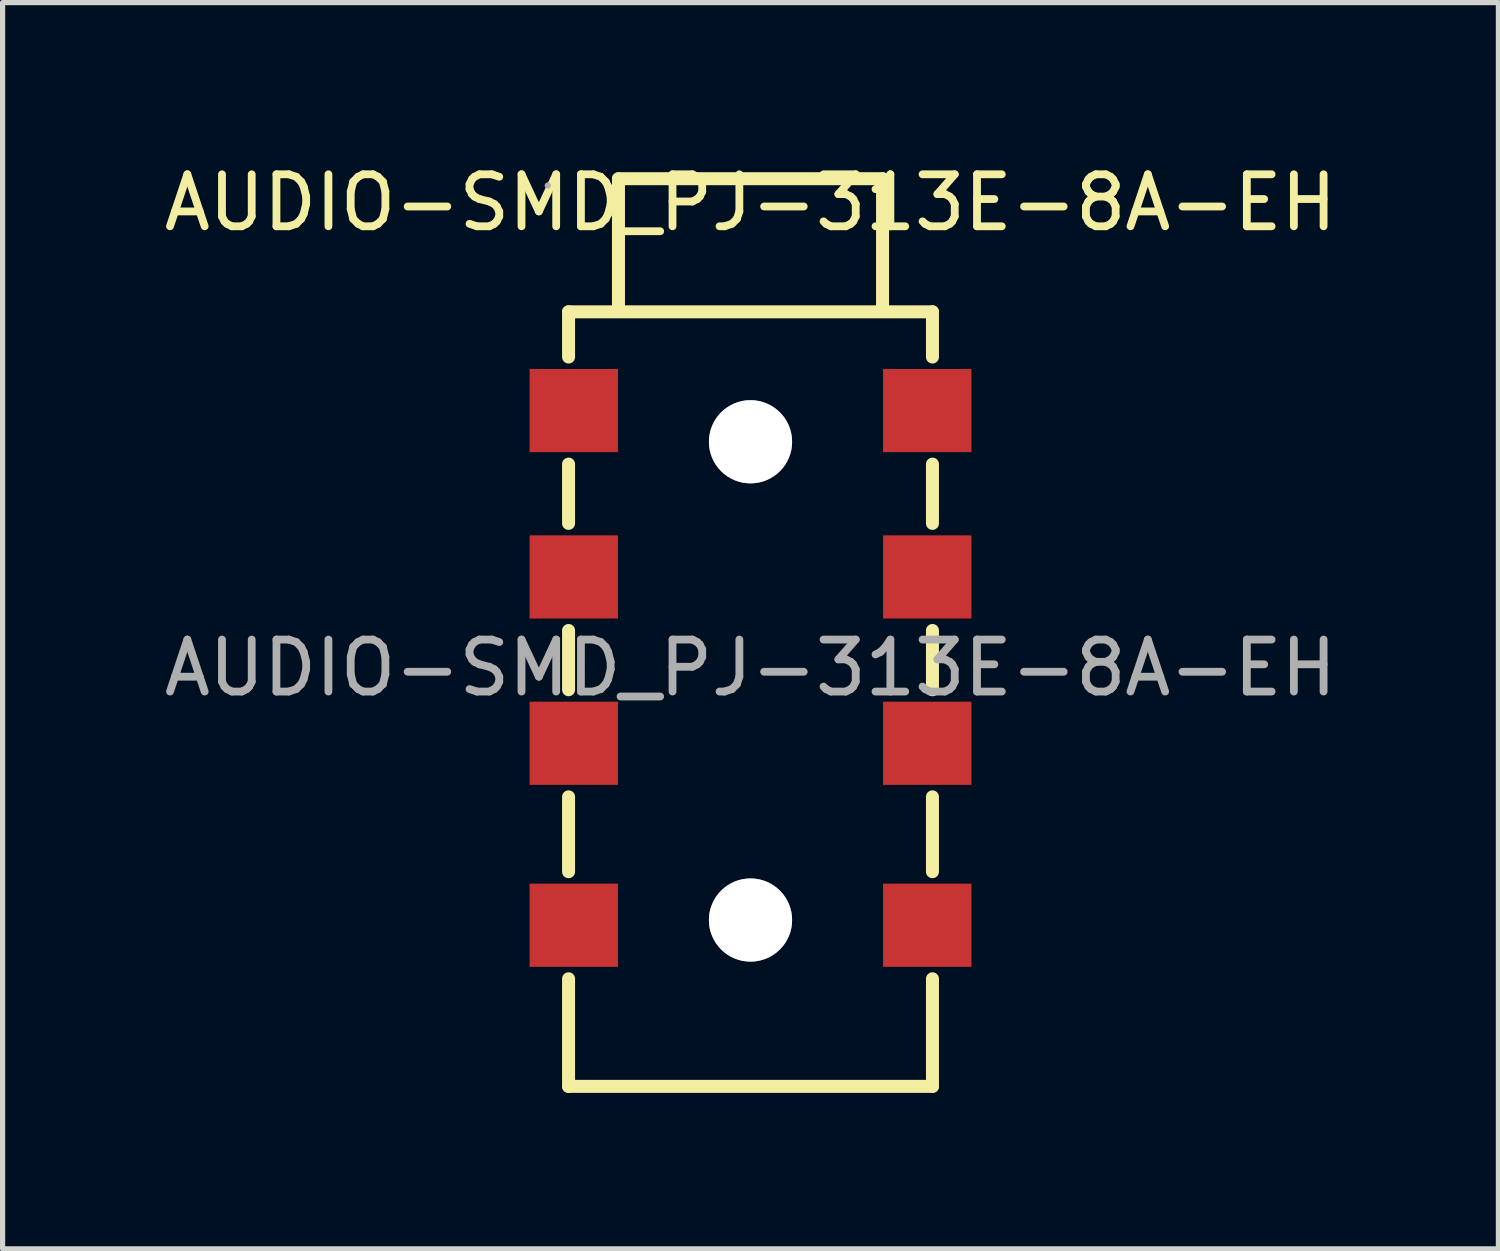
<source format=kicad_pcb>
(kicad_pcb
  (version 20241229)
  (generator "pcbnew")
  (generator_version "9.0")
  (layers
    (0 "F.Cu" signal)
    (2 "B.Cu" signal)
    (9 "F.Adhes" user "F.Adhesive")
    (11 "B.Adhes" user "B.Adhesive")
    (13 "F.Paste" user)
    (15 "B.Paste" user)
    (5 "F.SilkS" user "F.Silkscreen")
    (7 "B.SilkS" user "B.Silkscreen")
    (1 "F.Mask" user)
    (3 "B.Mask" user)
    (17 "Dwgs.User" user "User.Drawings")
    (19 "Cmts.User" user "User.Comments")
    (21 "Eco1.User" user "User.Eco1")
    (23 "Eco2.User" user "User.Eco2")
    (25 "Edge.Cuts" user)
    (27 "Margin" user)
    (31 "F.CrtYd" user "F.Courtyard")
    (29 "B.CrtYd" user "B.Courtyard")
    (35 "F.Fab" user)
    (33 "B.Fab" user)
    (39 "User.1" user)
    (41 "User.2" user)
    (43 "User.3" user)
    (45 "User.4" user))
  (footprint "AUDIO-SMD_PJ-313E-8A-EH"
    (layer "F.Cu")
    (at 11.387 9.798)
    (property "Reference" "AUDIO-SMD_PJ-313E-8A-EH" (at 0 -8.95 0) (layer "F.SilkS") (effects (font (size 1 1) (thickness 0.15))))
    (attr through_hole)
    (fp_line (start -3.5 -6.85) (end -3.5 -5.98) (stroke (width 0.25) (type solid)) (layer "F.SilkS"))
    (fp_line (start -3.5 -6.85) (end 3.5 -6.85) (stroke (width 0.25) (type solid)) (layer "F.SilkS"))
    (fp_line (start -3.5 -3.92) (end -3.5 -2.78) (stroke (width 0.25) (type solid)) (layer "F.SilkS"))
    (fp_line (start -3.5 -0.72) (end -3.5 0.42) (stroke (width 0.25) (type solid)) (layer "F.SilkS"))
    (fp_line (start -3.5 2.48) (end -3.5 3.92) (stroke (width 0.25) (type solid)) (layer "F.SilkS"))
    (fp_line (start -3.5 5.98) (end -3.5 8.05) (stroke (width 0.25) (type solid)) (layer "F.SilkS"))
    (fp_line (start -3.5 8.05) (end 3.5 8.05) (stroke (width 0.25) (type solid)) (layer "F.SilkS"))
    (fp_line (start -2.54 -9.41) (end 2.54 -9.41) (stroke (width 0.25) (type solid)) (layer "F.SilkS"))
    (fp_line (start -2.54 -6.87) (end -2.54 -9.41) (stroke (width 0.25) (type solid)) (layer "F.SilkS"))
    (fp_line (start 2.54 -9.41) (end 2.54 -6.87) (stroke (width 0.25) (type solid)) (layer "F.SilkS"))
    (fp_line (start 3.5 -6.85) (end 3.5 -5.98) (stroke (width 0.25) (type solid)) (layer "F.SilkS"))
    (fp_line (start 3.5 -3.92) (end 3.5 -2.78) (stroke (width 0.25) (type solid)) (layer "F.SilkS"))
    (fp_line (start 3.5 -0.72) (end 3.5 0.42) (stroke (width 0.25) (type solid)) (layer "F.SilkS"))
    (fp_line (start 3.5 2.48) (end 3.5 3.92) (stroke (width 0.25) (type solid)) (layer "F.SilkS"))
    (fp_line (start 3.5 5.98) (end 3.5 8.05) (stroke (width 0.25) (type solid)) (layer "F.SilkS"))
    (fp_circle (center 0 -4.35) (end 0.35 -4.35) (stroke (width 0.7) (type solid)) (fill no) (layer "Cmts.User"))
    (fp_circle (center 0 4.85) (end 0.35 4.85) (stroke (width 0.7) (type solid)) (fill no) (layer "Cmts.User"))
    (fp_circle (center -3.9 -9.28) (end -3.87 -9.28) (stroke (width 0.06) (type solid)) (fill no) (layer "F.Fab"))
    (fp_text user "${REFERENCE}" (at 0 0 0) (layer "F.Fab") (effects (font (size 1 1) (thickness 0.15))))
    (pad "" thru_hole circle (at 0 -4.35) (size 1.6 1.6) (drill 1.6) (layers "*.Cu" "*.Mask"))
    (pad "" thru_hole circle (at 0 4.85) (size 1.6 1.6) (drill 1.6) (layers "*.Cu" "*.Mask"))
    (pad "2" smd rect (at -3.4 -4.95) (size 1.7 1.6) (layers "F.Cu" "F.Mask" "F.Paste"))
    (pad "2" smd rect (at 3.4 -4.95) (size 1.7 1.6) (layers "F.Cu" "F.Mask" "F.Paste"))
    (pad "3" smd rect (at -3.4 -1.75) (size 1.7 1.6) (layers "F.Cu" "F.Mask" "F.Paste"))
    (pad "3" smd rect (at 3.4 -1.75) (size 1.7 1.6) (layers "F.Cu" "F.Mask" "F.Paste"))
    (pad "4" smd rect (at -3.4 1.45) (size 1.7 1.6) (layers "F.Cu" "F.Mask" "F.Paste"))
    (pad "4" smd rect (at 3.4 1.45) (size 1.7 1.6) (layers "F.Cu" "F.Mask" "F.Paste"))
    (pad "5" smd rect (at -3.4 4.95) (size 1.7 1.6) (layers "F.Cu" "F.Mask" "F.Paste"))
    (pad "5" smd rect (at 3.4 4.95) (size 1.7 1.6) (layers "F.Cu" "F.Mask" "F.Paste")))
  (gr_rect
    (start -3 -3)
    (end 25.774 20.973)
    (stroke (width 0.1) (type default))
    (fill no)
    (layer "Edge.Cuts")))
</source>
